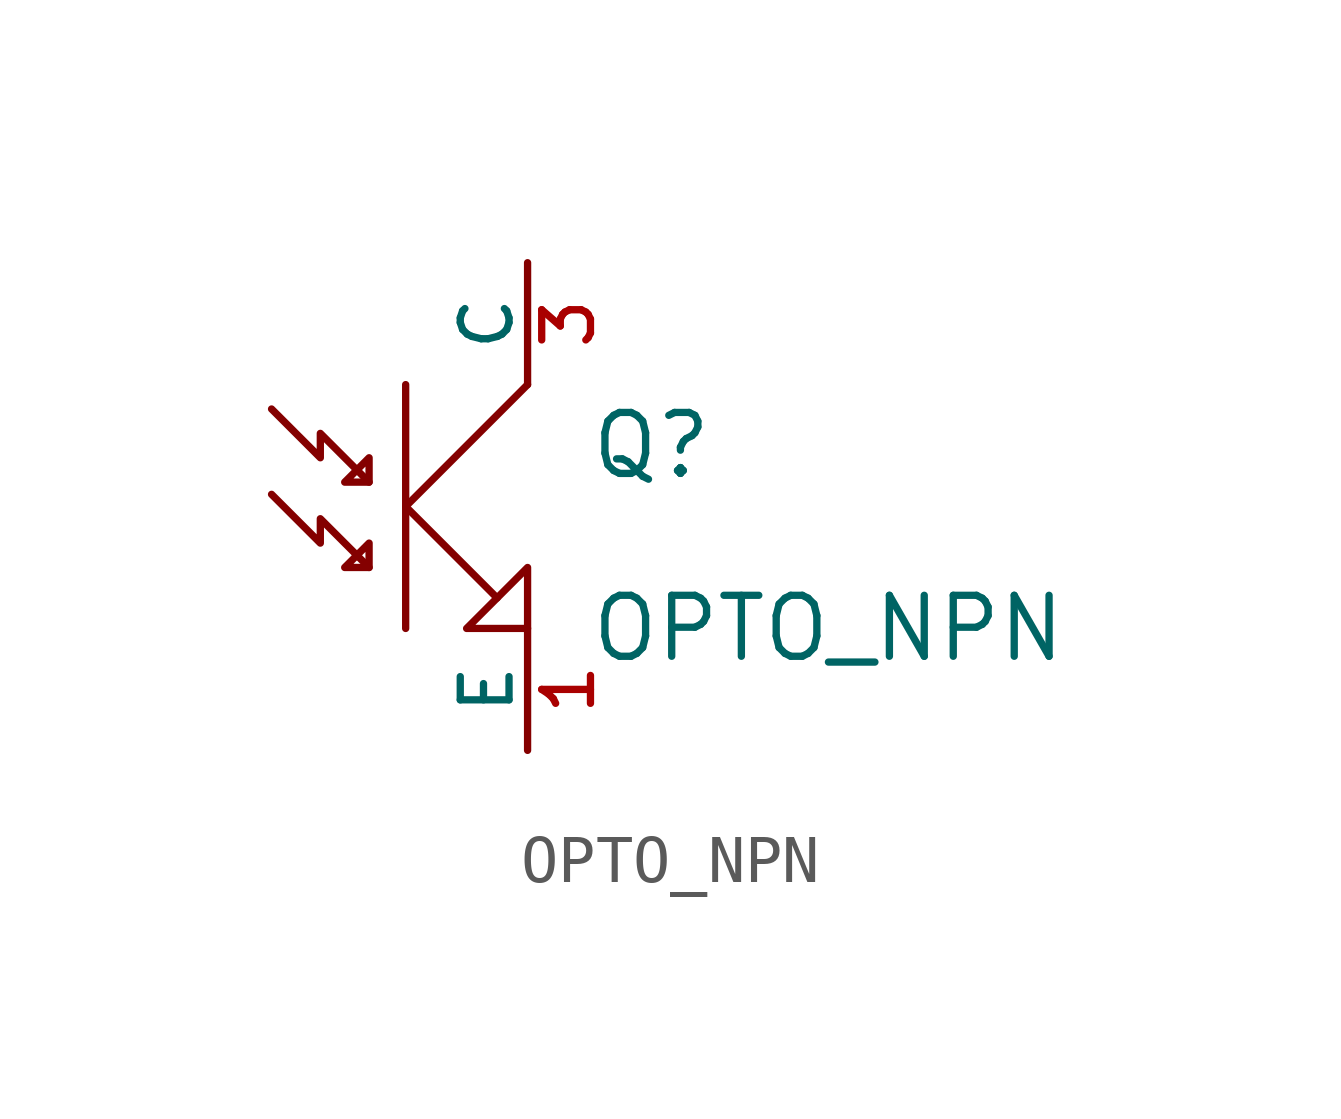
<source format=kicad_sym>
(kicad_symbol_lib
  (version 20211014)
  (generator kicad_symbol_editor)
  (symbol "OPTO_NPN"
    (pin_names
      (offset 0))
    (property "Reference" "Q"
      (at 3.81 1.27 0)
      (effects (font (size 1.27 1.27)) (justify left)))
    (property "Value" "OPTO_NPN"
      (at 3.81 -2.54 0)
      (effects (font (size 1.27 1.27)) (justify left)))
    (property "Footprint" ""
      (at 0 0 0)
      (effects (font (size 1.524 1.524))))
    (property "Datasheet" ""
      (at 0 0 0)
      (effects (font (size 1.524 1.524))))
    (symbol "OPTO_NPN_0_1"
      (polyline (pts (xy 0 0) (xy 1.905 -1.905)) (stroke (width 0) (type default) (color 0 0 0 0)) (fill (type none)))
      (polyline (pts (xy 0 0) (xy 2.54 2.54)) (stroke (width 0) (type default) (color 0 0 0 0)) (fill (type none)))
      (polyline (pts (xy 0 2.54) (xy 0 -2.54)) (stroke (width 0) (type default) (color 0 0 0 0)) (fill (type none)))
      (polyline (pts (xy -0.762 -1.27) (xy -0.762 -0.762) (xy -1.27 -1.27) (xy -0.762 -1.27) (xy -0.762 -1.27)) (stroke (width 0) (type default) (color 0 0 0 0)) (fill (type none)))
      (polyline (pts (xy 1.27 -2.54) (xy 2.54 -2.54) (xy 2.54 -1.27) (xy 1.27 -2.54) (xy 1.27 -2.54)) (stroke (width 0) (type default) (color 0 0 0 0)) (fill (type none)))
      (polyline (pts (xy -2.794 0.254) (xy -1.778 -0.762) (xy -1.778 -0.254) (xy -0.762 -1.27) (xy -0.762 -1.27) (xy -0.762 -1.27)) (stroke (width 0) (type default) (color 0 0 0 0)) (fill (type none)))
      (polyline (pts (xy -2.794 2.032) (xy -1.778 1.016) (xy -1.778 1.524) (xy -0.762 0.508) (xy -0.762 0.508) (xy -0.762 0.508)) (stroke (width 0) (type default) (color 0 0 0 0)) (fill (type none)))
      (polyline (pts (xy -0.762 0.508) (xy -0.762 1.016) (xy -1.27 0.508) (xy -0.762 0.508) (xy -0.762 0.508) (xy -0.762 0.508)) (stroke (width 0) (type default) (color 0 0 0 0)) (fill (type none))))
    (symbol "OPTO_NPN_1_1"
      (pin passive line (at 2.54 -5.08 90) (length 2.54) (name "E" (effects (font (size 1.016 1.016)))) (number "1" (effects (font (size 1.016 1.016)))))
      (pin passive line (at 2.54 5.08 270) (length 2.54) (name "C" (effects (font (size 1.016 1.016)))) (number "3" (effects (font (size 1.016 1.016))))))))
</source>
